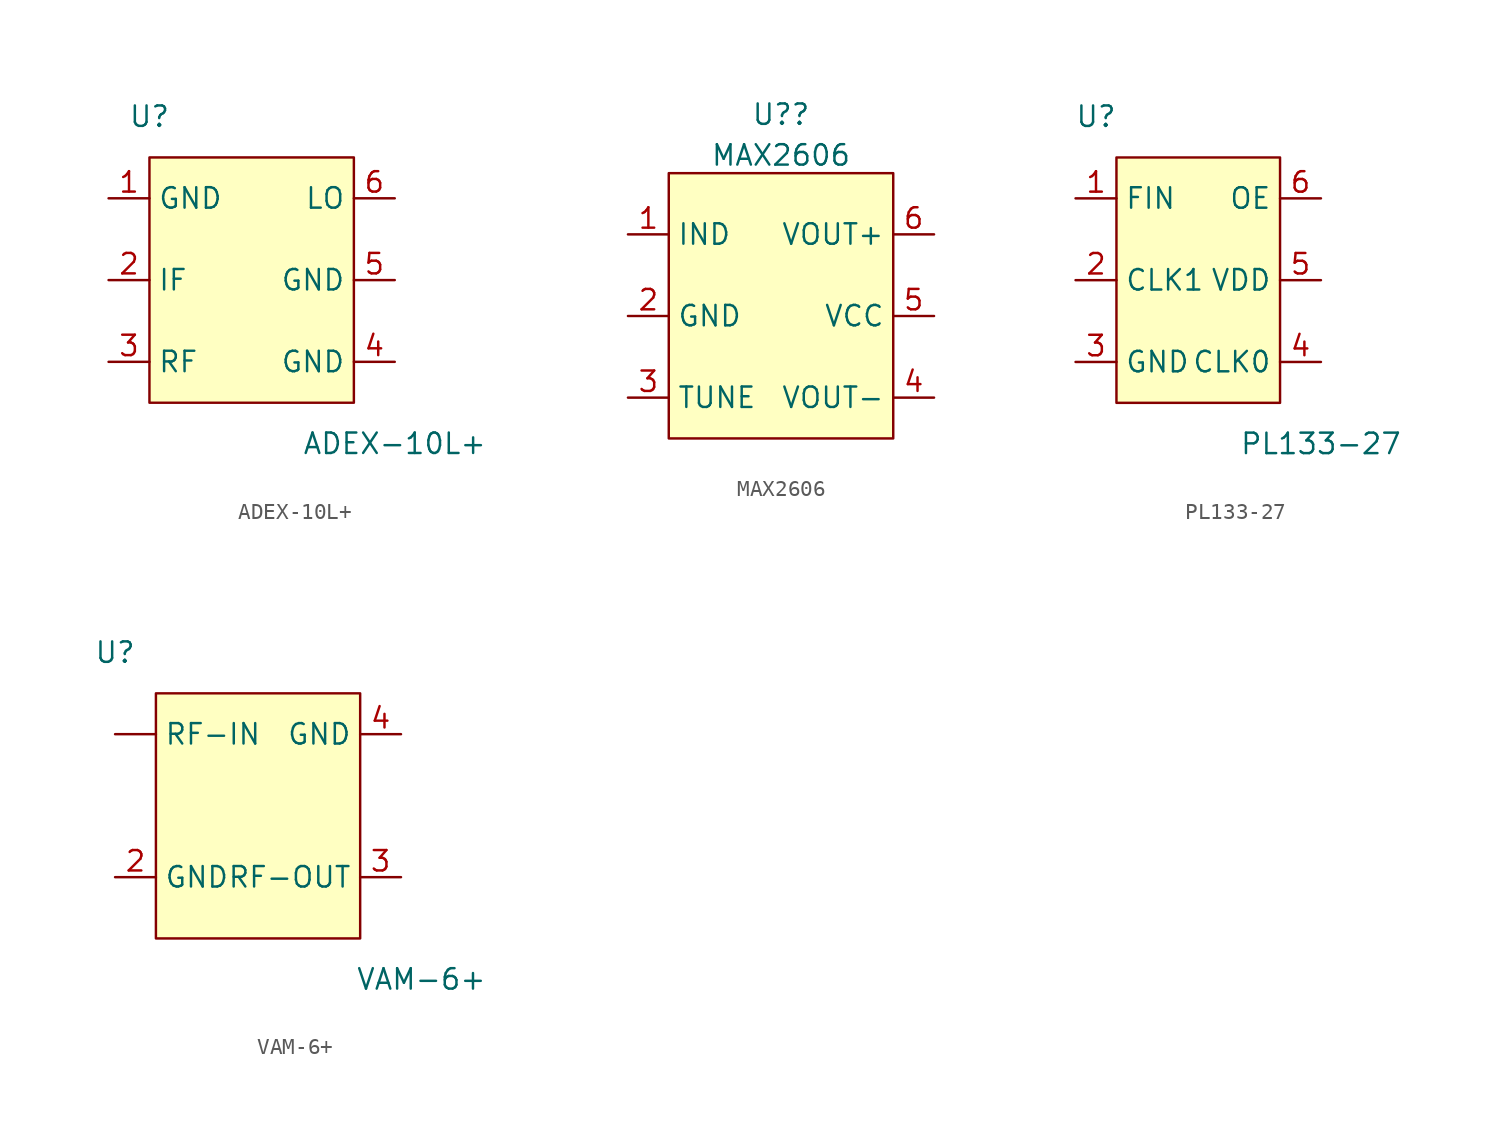
<source format=kicad_sym>
(kicad_symbol_lib
  (version 20211014)
  (generator kicad_symbol_editor)
  (symbol "ADEX-10L+"
    (property "Reference" "U"
      (at -6.35 10.16 0)
      (effects (font (size 1.27 1.27))))
    (property "Value" "ADEX-10L+"
      (at 8.89 -10.16 0)
      (effects (font (size 1.27 1.27))))
    (symbol "ADEX-10L+_0_1"
      (rectangle (start -6.35 7.62) (end 6.35 -7.62) (stroke (width 0.152) (type default) (color 0 0 0 0)) (fill (type background))))
    (symbol "ADEX-10L+_1_1"
      (pin power_out line (at -8.89 5.08 0) (length 2.54) (name "GND" (effects (font (size 1.27 1.27)))) (number "1" (effects (font (size 1.27 1.27)))))
      (pin bidirectional line (at -8.89 0 0) (length 2.54) (name "IF" (effects (font (size 1.27 1.27)))) (number "2" (effects (font (size 1.27 1.27)))))
      (pin bidirectional line (at -8.89 -5.08 0) (length 2.54) (name "RF" (effects (font (size 1.27 1.27)))) (number "3" (effects (font (size 1.27 1.27)))))
      (pin power_out line (at 8.89 -5.08 180) (length 2.54) (name "GND" (effects (font (size 1.27 1.27)))) (number "4" (effects (font (size 1.27 1.27)))))
      (pin power_out line (at 8.89 0 180) (length 2.54) (name "GND" (effects (font (size 1.27 1.27)))) (number "5" (effects (font (size 1.27 1.27)))))
      (pin input line (at 8.89 5.08 180) (length 2.54) (name "LO" (effects (font (size 1.27 1.27)))) (number "6" (effects (font (size 1.27 1.27)))))))
  (symbol "MAX2606"
    (property "Reference" "U?"
      (at -0.635 12.539 0)
      (effects (font (size 1.27 1.27))))
    (property "Value" "MAX2606"
      (at -0.635 10.002 0)
      (effects (font (size 1.27 1.27))))
    (symbol "MAX2606_0_1"
      (rectangle (start -7.62 8.89) (end 6.35 -7.62) (stroke (width 0.152) (type default) (color 0 0 0 0)) (fill (type background))))
    (symbol "MAX2606_1_1"
      (pin input line (at -10.16 5.08 0) (length 2.54) (name "IND" (effects (font (size 1.27 1.27)))) (number "1" (effects (font (size 1.27 1.27)))))
      (pin power_out line (at -10.16 0 0) (length 2.54) (name "GND" (effects (font (size 1.27 1.27)))) (number "2" (effects (font (size 1.27 1.27)))))
      (pin input line (at -10.16 -5.08 0) (length 2.54) (name "TUNE" (effects (font (size 1.27 1.27)))) (number "3" (effects (font (size 1.27 1.27)))))
      (pin output line (at 8.89 -5.08 180) (length 2.54) (name "VOUT-" (effects (font (size 1.27 1.27)))) (number "4" (effects (font (size 1.27 1.27)))))
      (pin power_in line (at 8.89 0 180) (length 2.54) (name "VCC" (effects (font (size 1.27 1.27)))) (number "5" (effects (font (size 1.27 1.27)))))
      (pin output line (at 8.89 5.08 180) (length 2.54) (name "VOUT+" (effects (font (size 1.27 1.27)))) (number "6" (effects (font (size 1.27 1.27)))))))
  (symbol "PL133-27"
    (property "Reference" "U"
      (at -6.35 10.16 0)
      (effects (font (size 1.27 1.27))))
    (property "Value" "PL133-27"
      (at 7.62 -10.16 0)
      (effects (font (size 1.27 1.27))))
    (symbol "PL133-27_0_1"
      (rectangle (start -5.08 7.62) (end 5.08 -7.62) (stroke (width 0.152) (type default) (color 0 0 0 0)) (fill (type background))))
    (symbol "PL133-27_1_1"
      (pin input line (at -7.62 5.08 0) (length 2.54) (name "FIN" (effects (font (size 1.27 1.27)))) (number "1" (effects (font (size 1.27 1.27)))))
      (pin output line (at -7.62 0 0) (length 2.54) (name "CLK1" (effects (font (size 1.27 1.27)))) (number "2" (effects (font (size 1.27 1.27)))))
      (pin power_out line (at -7.62 -5.08 0) (length 2.54) (name "GND" (effects (font (size 1.27 1.27)))) (number "3" (effects (font (size 1.27 1.27)))))
      (pin output line (at 7.62 -5.08 180) (length 2.54) (name "CLK0" (effects (font (size 1.27 1.27)))) (number "4" (effects (font (size 1.27 1.27)))))
      (pin power_in line (at 7.62 0 180) (length 2.54) (name "VDD" (effects (font (size 1.27 1.27)))) (number "5" (effects (font (size 1.27 1.27)))))
      (pin input line (at 7.62 5.08 180) (length 2.54) (name "OE" (effects (font (size 1.27 1.27)))) (number "6" (effects (font (size 1.27 1.27)))))))
  (symbol "VAM-6+"
    (property "Reference" "U"
      (at -8.89 10.16 0)
      (effects (font (size 1.27 1.27))))
    (property "Value" "VAM-6+"
      (at 10.16 -10.16 0)
      (effects (font (size 1.27 1.27))))
    (symbol "VAM-6+_0_1"
      (rectangle (start -6.35 7.62) (end 6.35 -7.62) (stroke (width 0.152) (type default) (color 0 0 0 0)) (fill (type background))))
    (symbol "VAM-6+_1_1"
      (pin input line (at -8.89 5.08 0) (length 2.54) (name "RF-IN" (effects (font (size 1.27 1.27)))) (number "" (effects (font (size 1.27 1.27)))))
      (pin power_out line (at -8.89 -3.81 0) (length 2.54) (name "GND" (effects (font (size 1.27 1.27)))) (number "2" (effects (font (size 1.27 1.27)))))
      (pin power_out line (at 8.89 -3.81 180) (length 2.54) (name "RF-OUT" (effects (font (size 1.27 1.27)))) (number "3" (effects (font (size 1.27 1.27)))))
      (pin power_out line (at 8.89 5.08 180) (length 2.54) (name "GND" (effects (font (size 1.27 1.27)))) (number "4" (effects (font (size 1.27 1.27))))))))
</source>
